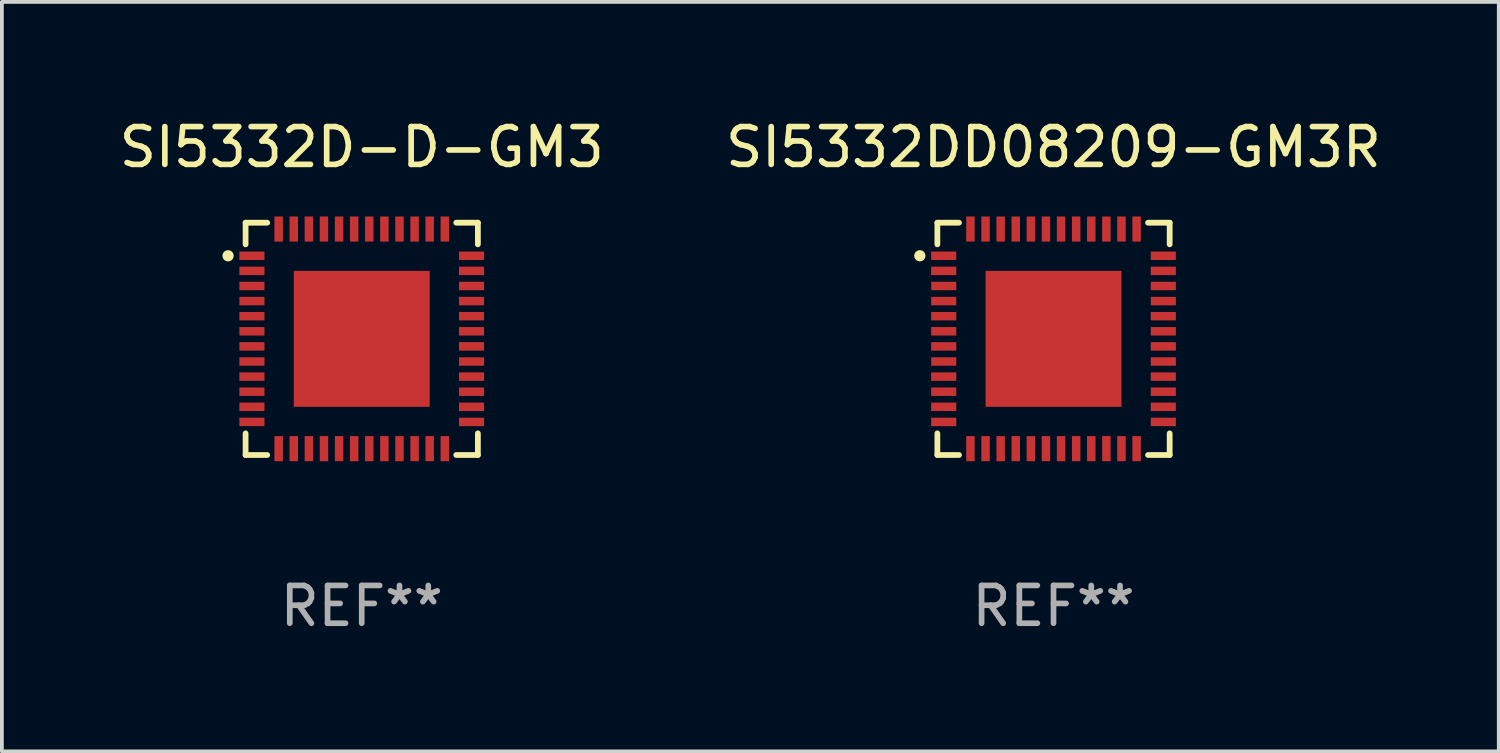
<source format=kicad_pcb>
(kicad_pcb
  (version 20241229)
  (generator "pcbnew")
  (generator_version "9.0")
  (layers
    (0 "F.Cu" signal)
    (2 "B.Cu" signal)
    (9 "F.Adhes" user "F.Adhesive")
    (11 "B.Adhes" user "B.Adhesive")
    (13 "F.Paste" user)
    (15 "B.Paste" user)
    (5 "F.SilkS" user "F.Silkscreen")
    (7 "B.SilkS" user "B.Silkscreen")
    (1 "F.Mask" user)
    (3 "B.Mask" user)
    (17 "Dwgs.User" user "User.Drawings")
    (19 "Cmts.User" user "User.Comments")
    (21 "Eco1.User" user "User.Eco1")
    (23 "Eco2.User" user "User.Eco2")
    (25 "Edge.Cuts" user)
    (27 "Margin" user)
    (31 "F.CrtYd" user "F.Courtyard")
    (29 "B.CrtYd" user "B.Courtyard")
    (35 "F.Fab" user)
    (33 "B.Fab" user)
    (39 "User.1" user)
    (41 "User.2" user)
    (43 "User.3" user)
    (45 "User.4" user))
  (footprint "SI5332DD08209-GM3R"
    (layer "F.Cu")
    (at 24.851 5.924)
    (property "Reference" "SI5332DD08209-GM3R" (at 0 -5.076 0) (layer "F.SilkS") (effects (font (size 1 1) (thickness 0.15))))
    (attr through_hole)
    (fp_line (start -3.076 -3.076) (end -3.076 -2.503) (stroke (width 0.152) (type solid)) (layer "F.SilkS"))
    (fp_line (start -3.076 3.076) (end -3.076 2.503) (stroke (width 0.152) (type solid)) (layer "F.SilkS"))
    (fp_line (start -2.503 -3.076) (end -3.076 -3.076) (stroke (width 0.152) (type solid)) (layer "F.SilkS"))
    (fp_line (start -2.503 3.076) (end -3.076 3.076) (stroke (width 0.152) (type solid)) (layer "F.SilkS"))
    (fp_line (start 2.503 -3.076) (end 3.076 -3.076) (stroke (width 0.152) (type solid)) (layer "F.SilkS"))
    (fp_line (start 2.503 3.076) (end 3.076 3.076) (stroke (width 0.152) (type solid)) (layer "F.SilkS"))
    (fp_line (start 3.076 -3.076) (end 3.076 -2.503) (stroke (width 0.152) (type solid)) (layer "F.SilkS"))
    (fp_line (start 3.076 3.076) (end 3.076 2.503) (stroke (width 0.152) (type solid)) (layer "F.SilkS"))
    (fp_circle (center -3.54 -2.2) (end -3.465 -2.2) (stroke (width 0.15) (type solid)) (fill no) (layer "F.SilkS"))
    (fp_text user "REF**" (at 0 7.076 0) (layer "F.Fab") (effects (font (size 1 1) (thickness 0.15))))
    (pad "1" smd rect (at -2.908 -2.2) (size 0.665 0.224) (layers "F.Cu" "F.Mask" "F.Paste"))
    (pad "2" smd rect (at -2.908 -1.8) (size 0.665 0.224) (layers "F.Cu" "F.Mask" "F.Paste"))
    (pad "3" smd rect (at -2.908 -1.4) (size 0.665 0.224) (layers "F.Cu" "F.Mask" "F.Paste"))
    (pad "4" smd rect (at -2.908 -1) (size 0.665 0.224) (layers "F.Cu" "F.Mask" "F.Paste"))
    (pad "5" smd rect (at -2.908 -0.6) (size 0.665 0.224) (layers "F.Cu" "F.Mask" "F.Paste"))
    (pad "6" smd rect (at -2.908 -0.2) (size 0.665 0.224) (layers "F.Cu" "F.Mask" "F.Paste"))
    (pad "7" smd rect (at -2.908 0.2) (size 0.665 0.224) (layers "F.Cu" "F.Mask" "F.Paste"))
    (pad "8" smd rect (at -2.908 0.6) (size 0.665 0.224) (layers "F.Cu" "F.Mask" "F.Paste"))
    (pad "9" smd rect (at -2.908 1) (size 0.665 0.224) (layers "F.Cu" "F.Mask" "F.Paste"))
    (pad "10" smd rect (at -2.908 1.4) (size 0.665 0.224) (layers "F.Cu" "F.Mask" "F.Paste"))
    (pad "11" smd rect (at -2.908 1.8) (size 0.665 0.224) (layers "F.Cu" "F.Mask" "F.Paste"))
    (pad "12" smd rect (at -2.908 2.2) (size 0.665 0.224) (layers "F.Cu" "F.Mask" "F.Paste"))
    (pad "13" smd rect (at -2.2 2.908) (size 0.224 0.665) (layers "F.Cu" "F.Mask" "F.Paste"))
    (pad "14" smd rect (at -1.8 2.908) (size 0.224 0.665) (layers "F.Cu" "F.Mask" "F.Paste"))
    (pad "15" smd rect (at -1.4 2.908) (size 0.224 0.665) (layers "F.Cu" "F.Mask" "F.Paste"))
    (pad "16" smd rect (at -1 2.908) (size 0.224 0.665) (layers "F.Cu" "F.Mask" "F.Paste"))
    (pad "17" smd rect (at -0.6 2.908) (size 0.224 0.665) (layers "F.Cu" "F.Mask" "F.Paste"))
    (pad "18" smd rect (at -0.2 2.908) (size 0.224 0.665) (layers "F.Cu" "F.Mask" "F.Paste"))
    (pad "19" smd rect (at 0.2 2.908) (size 0.224 0.665) (layers "F.Cu" "F.Mask" "F.Paste"))
    (pad "20" smd rect (at 0.6 2.908) (size 0.224 0.665) (layers "F.Cu" "F.Mask" "F.Paste"))
    (pad "21" smd rect (at 1 2.908) (size 0.224 0.665) (layers "F.Cu" "F.Mask" "F.Paste"))
    (pad "22" smd rect (at 1.4 2.908) (size 0.224 0.665) (layers "F.Cu" "F.Mask" "F.Paste"))
    (pad "23" smd rect (at 1.8 2.908) (size 0.224 0.665) (layers "F.Cu" "F.Mask" "F.Paste"))
    (pad "24" smd rect (at 2.2 2.908) (size 0.224 0.665) (layers "F.Cu" "F.Mask" "F.Paste"))
    (pad "25" smd rect (at 2.908 2.2) (size 0.665 0.224) (layers "F.Cu" "F.Mask" "F.Paste"))
    (pad "26" smd rect (at 2.908 1.8) (size 0.665 0.224) (layers "F.Cu" "F.Mask" "F.Paste"))
    (pad "27" smd rect (at 2.908 1.4) (size 0.665 0.224) (layers "F.Cu" "F.Mask" "F.Paste"))
    (pad "28" smd rect (at 2.908 1) (size 0.665 0.224) (layers "F.Cu" "F.Mask" "F.Paste"))
    (pad "29" smd rect (at 2.908 0.6) (size 0.665 0.224) (layers "F.Cu" "F.Mask" "F.Paste"))
    (pad "30" smd rect (at 2.908 0.2) (size 0.665 0.224) (layers "F.Cu" "F.Mask" "F.Paste"))
    (pad "31" smd rect (at 2.908 -0.2) (size 0.665 0.224) (layers "F.Cu" "F.Mask" "F.Paste"))
    (pad "32" smd rect (at 2.908 -0.6) (size 0.665 0.224) (layers "F.Cu" "F.Mask" "F.Paste"))
    (pad "33" smd rect (at 2.908 -1) (size 0.665 0.224) (layers "F.Cu" "F.Mask" "F.Paste"))
    (pad "34" smd rect (at 2.908 -1.4) (size 0.665 0.224) (layers "F.Cu" "F.Mask" "F.Paste"))
    (pad "35" smd rect (at 2.908 -1.8) (size 0.665 0.224) (layers "F.Cu" "F.Mask" "F.Paste"))
    (pad "36" smd rect (at 2.908 -2.2) (size 0.665 0.224) (layers "F.Cu" "F.Mask" "F.Paste"))
    (pad "37" smd rect (at 2.2 -2.908) (size 0.224 0.665) (layers "F.Cu" "F.Mask" "F.Paste"))
    (pad "38" smd rect (at 1.8 -2.908) (size 0.224 0.665) (layers "F.Cu" "F.Mask" "F.Paste"))
    (pad "39" smd rect (at 1.4 -2.908) (size 0.224 0.665) (layers "F.Cu" "F.Mask" "F.Paste"))
    (pad "40" smd rect (at 1 -2.908) (size 0.224 0.665) (layers "F.Cu" "F.Mask" "F.Paste"))
    (pad "41" smd rect (at 0.6 -2.908) (size 0.224 0.665) (layers "F.Cu" "F.Mask" "F.Paste"))
    (pad "42" smd rect (at 0.2 -2.908) (size 0.224 0.665) (layers "F.Cu" "F.Mask" "F.Paste"))
    (pad "43" smd rect (at -0.2 -2.908) (size 0.224 0.665) (layers "F.Cu" "F.Mask" "F.Paste"))
    (pad "44" smd rect (at -0.6 -2.908) (size 0.224 0.665) (layers "F.Cu" "F.Mask" "F.Paste"))
    (pad "45" smd rect (at -1 -2.908) (size 0.224 0.665) (layers "F.Cu" "F.Mask" "F.Paste"))
    (pad "46" smd rect (at -1.4 -2.908) (size 0.224 0.665) (layers "F.Cu" "F.Mask" "F.Paste"))
    (pad "47" smd rect (at -1.8 -2.908) (size 0.224 0.665) (layers "F.Cu" "F.Mask" "F.Paste"))
    (pad "48" smd rect (at -2.2 -2.908) (size 0.224 0.665) (layers "F.Cu" "F.Mask" "F.Paste"))
    (pad "49" smd rect (at 0 0) (size 3.6 3.6) (layers "F.Cu" "F.Mask" "F.Paste")))
  (footprint "SI5332D-D-GM3"
    (layer "F.Cu")
    (at 6.53 5.924)
    (property "Reference" "SI5332D-D-GM3" (at 0 -5.076 0) (layer "F.SilkS") (effects (font (size 1 1) (thickness 0.15))))
    (attr through_hole)
    (fp_line (start -3.076 -3.076) (end -3.076 -2.503) (stroke (width 0.152) (type solid)) (layer "F.SilkS"))
    (fp_line (start -3.076 3.076) (end -3.076 2.503) (stroke (width 0.152) (type solid)) (layer "F.SilkS"))
    (fp_line (start -2.503 -3.076) (end -3.076 -3.076) (stroke (width 0.152) (type solid)) (layer "F.SilkS"))
    (fp_line (start -2.503 3.076) (end -3.076 3.076) (stroke (width 0.152) (type solid)) (layer "F.SilkS"))
    (fp_line (start 2.503 -3.076) (end 3.076 -3.076) (stroke (width 0.152) (type solid)) (layer "F.SilkS"))
    (fp_line (start 2.503 3.076) (end 3.076 3.076) (stroke (width 0.152) (type solid)) (layer "F.SilkS"))
    (fp_line (start 3.076 -3.076) (end 3.076 -2.503) (stroke (width 0.152) (type solid)) (layer "F.SilkS"))
    (fp_line (start 3.076 3.076) (end 3.076 2.503) (stroke (width 0.152) (type solid)) (layer "F.SilkS"))
    (fp_circle (center -3.54 -2.2) (end -3.465 -2.2) (stroke (width 0.15) (type solid)) (fill no) (layer "F.SilkS"))
    (fp_text user "REF**" (at 0 7.076 0) (layer "F.Fab") (effects (font (size 1 1) (thickness 0.15))))
    (pad "1" smd rect (at -2.908 -2.2) (size 0.665 0.224) (layers "F.Cu" "F.Mask" "F.Paste"))
    (pad "2" smd rect (at -2.908 -1.8) (size 0.665 0.224) (layers "F.Cu" "F.Mask" "F.Paste"))
    (pad "3" smd rect (at -2.908 -1.4) (size 0.665 0.224) (layers "F.Cu" "F.Mask" "F.Paste"))
    (pad "4" smd rect (at -2.908 -1) (size 0.665 0.224) (layers "F.Cu" "F.Mask" "F.Paste"))
    (pad "5" smd rect (at -2.908 -0.6) (size 0.665 0.224) (layers "F.Cu" "F.Mask" "F.Paste"))
    (pad "6" smd rect (at -2.908 -0.2) (size 0.665 0.224) (layers "F.Cu" "F.Mask" "F.Paste"))
    (pad "7" smd rect (at -2.908 0.2) (size 0.665 0.224) (layers "F.Cu" "F.Mask" "F.Paste"))
    (pad "8" smd rect (at -2.908 0.6) (size 0.665 0.224) (layers "F.Cu" "F.Mask" "F.Paste"))
    (pad "9" smd rect (at -2.908 1) (size 0.665 0.224) (layers "F.Cu" "F.Mask" "F.Paste"))
    (pad "10" smd rect (at -2.908 1.4) (size 0.665 0.224) (layers "F.Cu" "F.Mask" "F.Paste"))
    (pad "11" smd rect (at -2.908 1.8) (size 0.665 0.224) (layers "F.Cu" "F.Mask" "F.Paste"))
    (pad "12" smd rect (at -2.908 2.2) (size 0.665 0.224) (layers "F.Cu" "F.Mask" "F.Paste"))
    (pad "13" smd rect (at -2.2 2.908) (size 0.224 0.665) (layers "F.Cu" "F.Mask" "F.Paste"))
    (pad "14" smd rect (at -1.8 2.908) (size 0.224 0.665) (layers "F.Cu" "F.Mask" "F.Paste"))
    (pad "15" smd rect (at -1.4 2.908) (size 0.224 0.665) (layers "F.Cu" "F.Mask" "F.Paste"))
    (pad "16" smd rect (at -1 2.908) (size 0.224 0.665) (layers "F.Cu" "F.Mask" "F.Paste"))
    (pad "17" smd rect (at -0.6 2.908) (size 0.224 0.665) (layers "F.Cu" "F.Mask" "F.Paste"))
    (pad "18" smd rect (at -0.2 2.908) (size 0.224 0.665) (layers "F.Cu" "F.Mask" "F.Paste"))
    (pad "19" smd rect (at 0.2 2.908) (size 0.224 0.665) (layers "F.Cu" "F.Mask" "F.Paste"))
    (pad "20" smd rect (at 0.6 2.908) (size 0.224 0.665) (layers "F.Cu" "F.Mask" "F.Paste"))
    (pad "21" smd rect (at 1 2.908) (size 0.224 0.665) (layers "F.Cu" "F.Mask" "F.Paste"))
    (pad "22" smd rect (at 1.4 2.908) (size 0.224 0.665) (layers "F.Cu" "F.Mask" "F.Paste"))
    (pad "23" smd rect (at 1.8 2.908) (size 0.224 0.665) (layers "F.Cu" "F.Mask" "F.Paste"))
    (pad "24" smd rect (at 2.2 2.908) (size 0.224 0.665) (layers "F.Cu" "F.Mask" "F.Paste"))
    (pad "25" smd rect (at 2.908 2.2) (size 0.665 0.224) (layers "F.Cu" "F.Mask" "F.Paste"))
    (pad "26" smd rect (at 2.908 1.8) (size 0.665 0.224) (layers "F.Cu" "F.Mask" "F.Paste"))
    (pad "27" smd rect (at 2.908 1.4) (size 0.665 0.224) (layers "F.Cu" "F.Mask" "F.Paste"))
    (pad "28" smd rect (at 2.908 1) (size 0.665 0.224) (layers "F.Cu" "F.Mask" "F.Paste"))
    (pad "29" smd rect (at 2.908 0.6) (size 0.665 0.224) (layers "F.Cu" "F.Mask" "F.Paste"))
    (pad "30" smd rect (at 2.908 0.2) (size 0.665 0.224) (layers "F.Cu" "F.Mask" "F.Paste"))
    (pad "31" smd rect (at 2.908 -0.2) (size 0.665 0.224) (layers "F.Cu" "F.Mask" "F.Paste"))
    (pad "32" smd rect (at 2.908 -0.6) (size 0.665 0.224) (layers "F.Cu" "F.Mask" "F.Paste"))
    (pad "33" smd rect (at 2.908 -1) (size 0.665 0.224) (layers "F.Cu" "F.Mask" "F.Paste"))
    (pad "34" smd rect (at 2.908 -1.4) (size 0.665 0.224) (layers "F.Cu" "F.Mask" "F.Paste"))
    (pad "35" smd rect (at 2.908 -1.8) (size 0.665 0.224) (layers "F.Cu" "F.Mask" "F.Paste"))
    (pad "36" smd rect (at 2.908 -2.2) (size 0.665 0.224) (layers "F.Cu" "F.Mask" "F.Paste"))
    (pad "37" smd rect (at 2.2 -2.908) (size 0.224 0.665) (layers "F.Cu" "F.Mask" "F.Paste"))
    (pad "38" smd rect (at 1.8 -2.908) (size 0.224 0.665) (layers "F.Cu" "F.Mask" "F.Paste"))
    (pad "39" smd rect (at 1.4 -2.908) (size 0.224 0.665) (layers "F.Cu" "F.Mask" "F.Paste"))
    (pad "40" smd rect (at 1 -2.908) (size 0.224 0.665) (layers "F.Cu" "F.Mask" "F.Paste"))
    (pad "41" smd rect (at 0.6 -2.908) (size 0.224 0.665) (layers "F.Cu" "F.Mask" "F.Paste"))
    (pad "42" smd rect (at 0.2 -2.908) (size 0.224 0.665) (layers "F.Cu" "F.Mask" "F.Paste"))
    (pad "43" smd rect (at -0.2 -2.908) (size 0.224 0.665) (layers "F.Cu" "F.Mask" "F.Paste"))
    (pad "44" smd rect (at -0.6 -2.908) (size 0.224 0.665) (layers "F.Cu" "F.Mask" "F.Paste"))
    (pad "45" smd rect (at -1 -2.908) (size 0.224 0.665) (layers "F.Cu" "F.Mask" "F.Paste"))
    (pad "46" smd rect (at -1.4 -2.908) (size 0.224 0.665) (layers "F.Cu" "F.Mask" "F.Paste"))
    (pad "47" smd rect (at -1.8 -2.908) (size 0.224 0.665) (layers "F.Cu" "F.Mask" "F.Paste"))
    (pad "48" smd rect (at -2.2 -2.908) (size 0.224 0.665) (layers "F.Cu" "F.Mask" "F.Paste"))
    (pad "49" smd rect (at 0 0) (size 3.6 3.6) (layers "F.Cu" "F.Mask" "F.Paste")))
  (gr_rect
    (start -3 -3)
    (end 36.643 16.849)
    (stroke (width 0.1) (type default))
    (fill no)
    (layer "Edge.Cuts")))
</source>
